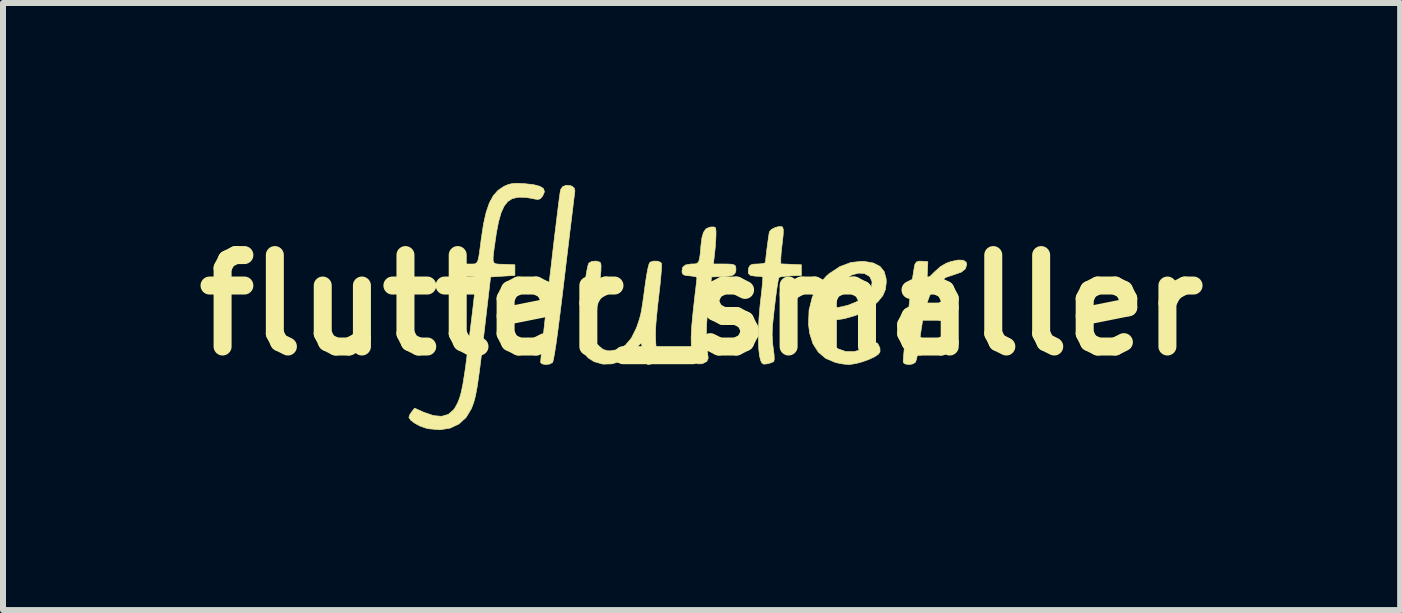
<source format=kicad_pcb>
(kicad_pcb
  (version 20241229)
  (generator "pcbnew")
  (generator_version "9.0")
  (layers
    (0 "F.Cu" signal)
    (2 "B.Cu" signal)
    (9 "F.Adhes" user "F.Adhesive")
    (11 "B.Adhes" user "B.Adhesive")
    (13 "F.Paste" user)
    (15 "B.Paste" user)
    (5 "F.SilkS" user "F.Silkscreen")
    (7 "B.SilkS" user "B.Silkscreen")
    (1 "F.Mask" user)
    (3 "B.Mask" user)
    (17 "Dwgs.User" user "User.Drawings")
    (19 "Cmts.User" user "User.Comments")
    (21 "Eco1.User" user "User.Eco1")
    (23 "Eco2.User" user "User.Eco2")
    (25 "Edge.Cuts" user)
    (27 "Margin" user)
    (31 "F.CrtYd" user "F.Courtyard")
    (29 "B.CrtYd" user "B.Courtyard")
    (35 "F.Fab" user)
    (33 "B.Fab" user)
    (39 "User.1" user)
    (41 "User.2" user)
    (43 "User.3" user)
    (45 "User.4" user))
  (footprint "flutter_smaller"
    (layer "F.Cu")
    (at 8.643 2.036)
    (property "Reference" "flutter_smaller" (at 0 0 0) (layer "F.SilkS") (effects (font (size 1.524 1.524) (thickness 0.3))))
    (attr through_hole)
    (fp_poly (pts (xy -2.178 -1.99) (xy -2.159 -1.981) (xy -2.122 -1.951) (xy -2.111 -1.906) (xy -2.116 -1.858) (xy -2.122 -1.816) (xy -2.133 -1.728) (xy -2.148 -1.599) (xy -2.168 -1.436) (xy -2.192 -1.242) (xy -2.218 -1.023) (xy -2.247 -0.784) (xy -2.277 -0.53) (xy -2.29 -0.422) (xy -2.331 -0.079) (xy -2.368 0.214) (xy -2.399 0.458) (xy -2.426 0.653) (xy -2.449 0.799) (xy -2.467 0.898) (xy -2.48 0.949) (xy -2.484 0.956) (xy -2.533 0.982) (xy -2.596 0.99) (xy -2.654 0.98) (xy -2.681 0.958) (xy -2.68 0.928) (xy -2.674 0.854) (xy -2.663 0.74) (xy -2.647 0.593) (xy -2.628 0.417) (xy -2.606 0.218) (xy -2.582 0.002) (xy -2.556 -0.225) (xy -2.53 -0.459) (xy -2.502 -0.693) (xy -2.476 -0.922) (xy -2.45 -1.141) (xy -2.425 -1.344) (xy -2.403 -1.526) (xy -2.384 -1.68) (xy -2.368 -1.802) (xy -2.356 -1.886) (xy -2.349 -1.924) (xy -2.315 -1.975) (xy -2.252 -1.999) (xy -2.178 -1.99)) (stroke (width 0.01) (type solid)) (fill yes) (layer "F.SilkS"))
    (fp_poly (pts (xy 4.365 -0.748) (xy 4.411 -0.714) (xy 4.42 -0.677) (xy 4.398 -0.606) (xy 4.331 -0.551) (xy 4.217 -0.511) (xy 4.206 -0.508) (xy 4.077 -0.465) (xy 3.968 -0.394) (xy 3.877 -0.293) (xy 3.801 -0.156) (xy 3.739 0.018) (xy 3.688 0.235) (xy 3.647 0.498) (xy 3.641 0.548) (xy 3.62 0.701) (xy 3.6 0.824) (xy 3.58 0.911) (xy 3.563 0.955) (xy 3.561 0.956) (xy 3.512 0.982) (xy 3.448 0.99) (xy 3.391 0.979) (xy 3.363 0.956) (xy 3.362 0.921) (xy 3.368 0.844) (xy 3.378 0.732) (xy 3.392 0.592) (xy 3.409 0.431) (xy 3.429 0.258) (xy 3.45 0.08) (xy 3.471 -0.096) (xy 3.492 -0.262) (xy 3.512 -0.41) (xy 3.53 -0.534) (xy 3.545 -0.625) (xy 3.555 -0.676) (xy 3.557 -0.681) (xy 3.583 -0.72) (xy 3.627 -0.733) (xy 3.677 -0.732) (xy 3.772 -0.724) (xy 3.765 -0.576) (xy 3.758 -0.429) (xy 3.887 -0.557) (xy 3.984 -0.643) (xy 4.078 -0.698) (xy 4.155 -0.726) (xy 4.279 -0.752) (xy 4.365 -0.748)) (stroke (width 0.01) (type solid)) (fill yes) (layer "F.SilkS"))
    (fp_poly (pts (xy 0.233 -1.289) (xy 0.24 -1.246) (xy 0.241 -1.181) (xy 0.237 -1.088) (xy 0.229 -0.971) (xy 0.219 -0.87) (xy 0.198 -0.686) (xy 0.377 -0.686) (xy 0.472 -0.684) (xy 0.529 -0.677) (xy 0.558 -0.661) (xy 0.571 -0.636) (xy 0.573 -0.574) (xy 0.56 -0.535) (xy 0.537 -0.508) (xy 0.496 -0.491) (xy 0.426 -0.482) (xy 0.35 -0.477) (xy 0.167 -0.47) (xy 0.123 -0.114) (xy 0.099 0.116) (xy 0.084 0.331) (xy 0.079 0.521) (xy 0.085 0.679) (xy 0.1 0.796) (xy 0.101 0.8) (xy 0.111 0.885) (xy 0.087 0.938) (xy 0.024 0.971) (xy -0.002 0.978) (xy -0.067 0.978) (xy -0.094 0.96) (xy -0.132 0.896) (xy -0.158 0.807) (xy -0.171 0.689) (xy -0.173 0.537) (xy -0.163 0.346) (xy -0.141 0.113) (xy -0.127 -0.013) (xy -0.111 -0.156) (xy -0.096 -0.281) (xy -0.085 -0.379) (xy -0.078 -0.443) (xy -0.077 -0.462) (xy -0.099 -0.474) (xy -0.157 -0.484) (xy -0.197 -0.488) (xy -0.272 -0.496) (xy -0.309 -0.513) (xy -0.324 -0.545) (xy -0.326 -0.554) (xy -0.318 -0.626) (xy -0.269 -0.669) (xy -0.177 -0.686) (xy -0.164 -0.686) (xy -0.109 -0.687) (xy -0.072 -0.697) (xy -0.048 -0.724) (xy -0.033 -0.776) (xy -0.021 -0.862) (xy -0.011 -0.986) (xy 0.006 -1.122) (xy 0.033 -1.214) (xy 0.073 -1.271) (xy 0.131 -1.298) (xy 0.165 -1.303) (xy 0.21 -1.303) (xy 0.233 -1.289)) (stroke (width 0.01) (type solid)) (fill yes) (layer "F.SilkS"))
    (fp_poly (pts (xy 1.34 -1.307) (xy 1.351 -1.3) (xy 1.363 -1.26) (xy 1.361 -1.175) (xy 1.349 -1.065) (xy 1.336 -0.955) (xy 1.326 -0.855) (xy 1.321 -0.782) (xy 1.321 -0.772) (xy 1.321 -0.688) (xy 1.664 -0.673) (xy 1.664 -0.495) (xy 1.486 -0.488) (xy 1.395 -0.481) (xy 1.325 -0.473) (xy 1.291 -0.463) (xy 1.291 -0.462) (xy 1.281 -0.431) (xy 1.268 -0.356) (xy 1.251 -0.246) (xy 1.233 -0.108) (xy 1.214 0.052) (xy 1.195 0.225) (xy 1.181 0.361) (xy 1.177 0.498) (xy 1.186 0.65) (xy 1.196 0.725) (xy 1.209 0.827) (xy 1.212 0.902) (xy 1.204 0.938) (xy 1.204 0.938) (xy 1.165 0.958) (xy 1.101 0.977) (xy 1.099 0.977) (xy 1.039 0.984) (xy 1.007 0.964) (xy 0.986 0.923) (xy 0.966 0.844) (xy 0.953 0.724) (xy 0.948 0.573) (xy 0.949 0.398) (xy 0.958 0.211) (xy 0.974 0.019) (xy 0.985 -0.083) (xy 1.001 -0.215) (xy 1.012 -0.329) (xy 1.019 -0.414) (xy 1.021 -0.463) (xy 1.02 -0.47) (xy 0.989 -0.478) (xy 0.927 -0.482) (xy 0.9 -0.483) (xy 0.818 -0.494) (xy 0.779 -0.532) (xy 0.78 -0.598) (xy 0.79 -0.63) (xy 0.811 -0.664) (xy 0.849 -0.681) (xy 0.919 -0.686) (xy 0.939 -0.686) (xy 1.025 -0.692) (xy 1.064 -0.709) (xy 1.067 -0.718) (xy 1.07 -0.767) (xy 1.079 -0.848) (xy 1.091 -0.948) (xy 1.105 -1.052) (xy 1.118 -1.143) (xy 1.128 -1.206) (xy 1.132 -1.224) (xy 1.164 -1.261) (xy 1.223 -1.292) (xy 1.288 -1.31) (xy 1.34 -1.307)) (stroke (width 0.01) (type solid)) (fill yes) (layer "F.SilkS"))
    (fp_poly (pts (xy 2.711 -0.729) (xy 2.864 -0.702) (xy 2.975 -0.645) (xy 3.045 -0.558) (xy 3.077 -0.44) (xy 3.079 -0.381) (xy 3.065 -0.262) (xy 3.022 -0.16) (xy 2.943 -0.062) (xy 2.881 -0.004) (xy 2.742 0.092) (xy 2.569 0.171) (xy 2.378 0.226) (xy 2.185 0.252) (xy 2.13 0.254) (xy 2.031 0.254) (xy 2.047 0.362) (xy 2.092 0.52) (xy 2.17 0.643) (xy 2.275 0.728) (xy 2.401 0.773) (xy 2.542 0.775) (xy 2.692 0.731) (xy 2.778 0.685) (xy 2.853 0.642) (xy 2.899 0.626) (xy 2.928 0.633) (xy 2.936 0.64) (xy 2.973 0.714) (xy 2.975 0.779) (xy 2.948 0.817) (xy 2.884 0.86) (xy 2.793 0.903) (xy 2.687 0.942) (xy 2.578 0.972) (xy 2.479 0.988) (xy 2.44 0.989) (xy 2.359 0.981) (xy 2.262 0.963) (xy 2.228 0.954) (xy 2.071 0.888) (xy 1.948 0.784) (xy 1.857 0.643) (xy 1.801 0.466) (xy 1.783 0.315) (xy 1.792 0.08) (xy 1.807 0.024) (xy 2.066 0.024) (xy 2.079 0.044) (xy 2.125 0.05) (xy 2.169 0.051) (xy 2.253 0.043) (xy 2.36 0.022) (xy 2.449 -0.001) (xy 2.588 -0.058) (xy 2.7 -0.131) (xy 2.783 -0.214) (xy 2.832 -0.301) (xy 2.843 -0.387) (xy 2.81 -0.464) (xy 2.794 -0.483) (xy 2.716 -0.527) (xy 2.62 -0.534) (xy 2.513 -0.506) (xy 2.402 -0.45) (xy 2.295 -0.369) (xy 2.2 -0.269) (xy 2.125 -0.155) (xy 2.076 -0.032) (xy 2.073 -0.019) (xy 2.066 0.024) (xy 1.807 0.024) (xy 1.846 -0.133) (xy 1.942 -0.322) (xy 2.08 -0.484) (xy 2.127 -0.524) (xy 2.305 -0.642) (xy 2.489 -0.711) (xy 2.677 -0.731) (xy 2.711 -0.729)) (stroke (width 0.01) (type solid)) (fill yes) (layer "F.SilkS"))
    (fp_poly (pts (xy -1.701 -0.719) (xy -1.683 -0.705) (xy -1.675 -0.663) (xy -1.677 -0.571) (xy -1.69 -0.431) (xy -1.704 -0.305) (xy -1.723 -0.143) (xy -1.742 0.029) (xy -1.757 0.193) (xy -1.768 0.328) (xy -1.768 0.335) (xy -1.785 0.606) (xy -1.707 0.684) (xy -1.641 0.738) (xy -1.571 0.76) (xy -1.52 0.762) (xy -1.385 0.738) (xy -1.268 0.667) (xy -1.168 0.547) (xy -1.086 0.381) (xy -1.072 0.343) (xy -1.048 0.273) (xy -1.029 0.211) (xy -1.013 0.15) (xy -0.999 0.077) (xy -0.984 -0.015) (xy -0.967 -0.136) (xy -0.945 -0.297) (xy -0.941 -0.328) (xy -0.918 -0.483) (xy -0.896 -0.603) (xy -0.876 -0.682) (xy -0.859 -0.715) (xy -0.799 -0.734) (xy -0.733 -0.733) (xy -0.682 -0.713) (xy -0.668 -0.696) (xy -0.666 -0.658) (xy -0.67 -0.579) (xy -0.679 -0.467) (xy -0.692 -0.332) (xy -0.708 -0.194) (xy -0.732 0.015) (xy -0.749 0.183) (xy -0.761 0.319) (xy -0.767 0.433) (xy -0.767 0.534) (xy -0.763 0.63) (xy -0.754 0.732) (xy -0.753 0.743) (xy -0.732 0.939) (xy -0.8 0.965) (xy -0.858 0.984) (xy -0.892 0.991) (xy -0.92 0.968) (xy -0.95 0.911) (xy -0.974 0.835) (xy -0.989 0.756) (xy -0.991 0.725) (xy -0.995 0.666) (xy -1.007 0.637) (xy -1.01 0.637) (xy -1.034 0.656) (xy -1.076 0.705) (xy -1.106 0.745) (xy -1.215 0.857) (xy -1.348 0.936) (xy -1.495 0.979) (xy -1.644 0.983) (xy -1.783 0.944) (xy -1.802 0.935) (xy -1.889 0.879) (xy -1.951 0.81) (xy -1.99 0.72) (xy -2.01 0.6) (xy -2.015 0.441) (xy -2.015 0.406) (xy -2.01 0.284) (xy -2 0.141) (xy -1.986 -0.015) (xy -1.968 -0.174) (xy -1.95 -0.326) (xy -1.93 -0.465) (xy -1.911 -0.579) (xy -1.893 -0.661) (xy -1.878 -0.701) (xy -1.828 -0.729) (xy -1.76 -0.735) (xy -1.701 -0.719)) (stroke (width 0.01) (type solid)) (fill yes) (layer "F.SilkS"))
    (fp_poly (pts (xy -2.966 -2.026) (xy -2.963 -2.026) (xy -2.805 -2.009) (xy -2.696 -1.981) (xy -2.634 -1.942) (xy -2.618 -1.89) (xy -2.646 -1.824) (xy -2.661 -1.804) (xy -2.692 -1.772) (xy -2.727 -1.761) (xy -2.782 -1.769) (xy -2.827 -1.779) (xy -2.93 -1.796) (xy -3.039 -1.799) (xy -3.068 -1.796) (xy -3.156 -1.775) (xy -3.229 -1.728) (xy -3.29 -1.651) (xy -3.341 -1.541) (xy -3.383 -1.392) (xy -3.42 -1.2) (xy -3.442 -1.048) (xy -3.462 -0.906) (xy -3.473 -0.807) (xy -3.474 -0.744) (xy -3.461 -0.707) (xy -3.431 -0.689) (xy -3.381 -0.683) (xy -3.308 -0.681) (xy -3.296 -0.681) (xy -3.111 -0.673) (xy -3.111 -0.495) (xy -3.314 -0.483) (xy -3.516 -0.47) (xy -3.621 0.432) (xy -3.653 0.7) (xy -3.68 0.923) (xy -3.703 1.106) (xy -3.724 1.255) (xy -3.742 1.374) (xy -3.76 1.47) (xy -3.777 1.548) (xy -3.795 1.613) (xy -3.815 1.671) (xy -3.837 1.726) (xy -3.839 1.73) (xy -3.926 1.874) (xy -4.046 1.982) (xy -4.192 2.05) (xy -4.359 2.077) (xy -4.543 2.061) (xy -4.599 2.048) (xy -4.692 2.015) (xy -4.778 1.969) (xy -4.843 1.921) (xy -4.875 1.877) (xy -4.877 1.868) (xy -4.862 1.825) (xy -4.829 1.776) (xy -4.782 1.717) (xy -4.629 1.786) (xy -4.469 1.841) (xy -4.333 1.853) (xy -4.221 1.821) (xy -4.132 1.744) (xy -4.108 1.709) (xy -4.067 1.634) (xy -4.033 1.55) (xy -4.004 1.447) (xy -3.977 1.315) (xy -3.95 1.143) (xy -3.935 1.044) (xy -3.918 0.913) (xy -3.898 0.758) (xy -3.876 0.586) (xy -3.854 0.406) (xy -3.832 0.226) (xy -3.811 0.052) (xy -3.793 -0.107) (xy -3.777 -0.243) (xy -3.766 -0.348) (xy -3.76 -0.415) (xy -3.759 -0.432) (xy -3.765 -0.46) (xy -3.789 -0.476) (xy -3.844 -0.482) (xy -3.911 -0.483) (xy -4.001 -0.486) (xy -4.055 -0.498) (xy -4.083 -0.523) (xy -4.087 -0.529) (xy -4.097 -0.585) (xy -4.074 -0.631) (xy -4.043 -0.663) (xy -3.997 -0.68) (xy -3.92 -0.685) (xy -3.885 -0.686) (xy -3.827 -0.685) (xy -3.784 -0.687) (xy -3.754 -0.699) (xy -3.733 -0.728) (xy -3.717 -0.78) (xy -3.703 -0.864) (xy -3.687 -0.985) (xy -3.671 -1.11) (xy -3.634 -1.352) (xy -3.59 -1.548) (xy -3.536 -1.704) (xy -3.471 -1.824) (xy -3.392 -1.913) (xy -3.297 -1.977) (xy -3.288 -1.982) (xy -3.22 -2.011) (xy -3.155 -2.026) (xy -3.077 -2.031) (xy -2.966 -2.026)) (stroke (width 0.01) (type solid)) (fill yes) (layer "F.SilkS")))
  (gr_rect
    (start -3 -3)
    (end 20.287 7.118)
    (stroke (width 0.1) (type default))
    (fill no)
    (layer "Edge.Cuts")))
</source>
